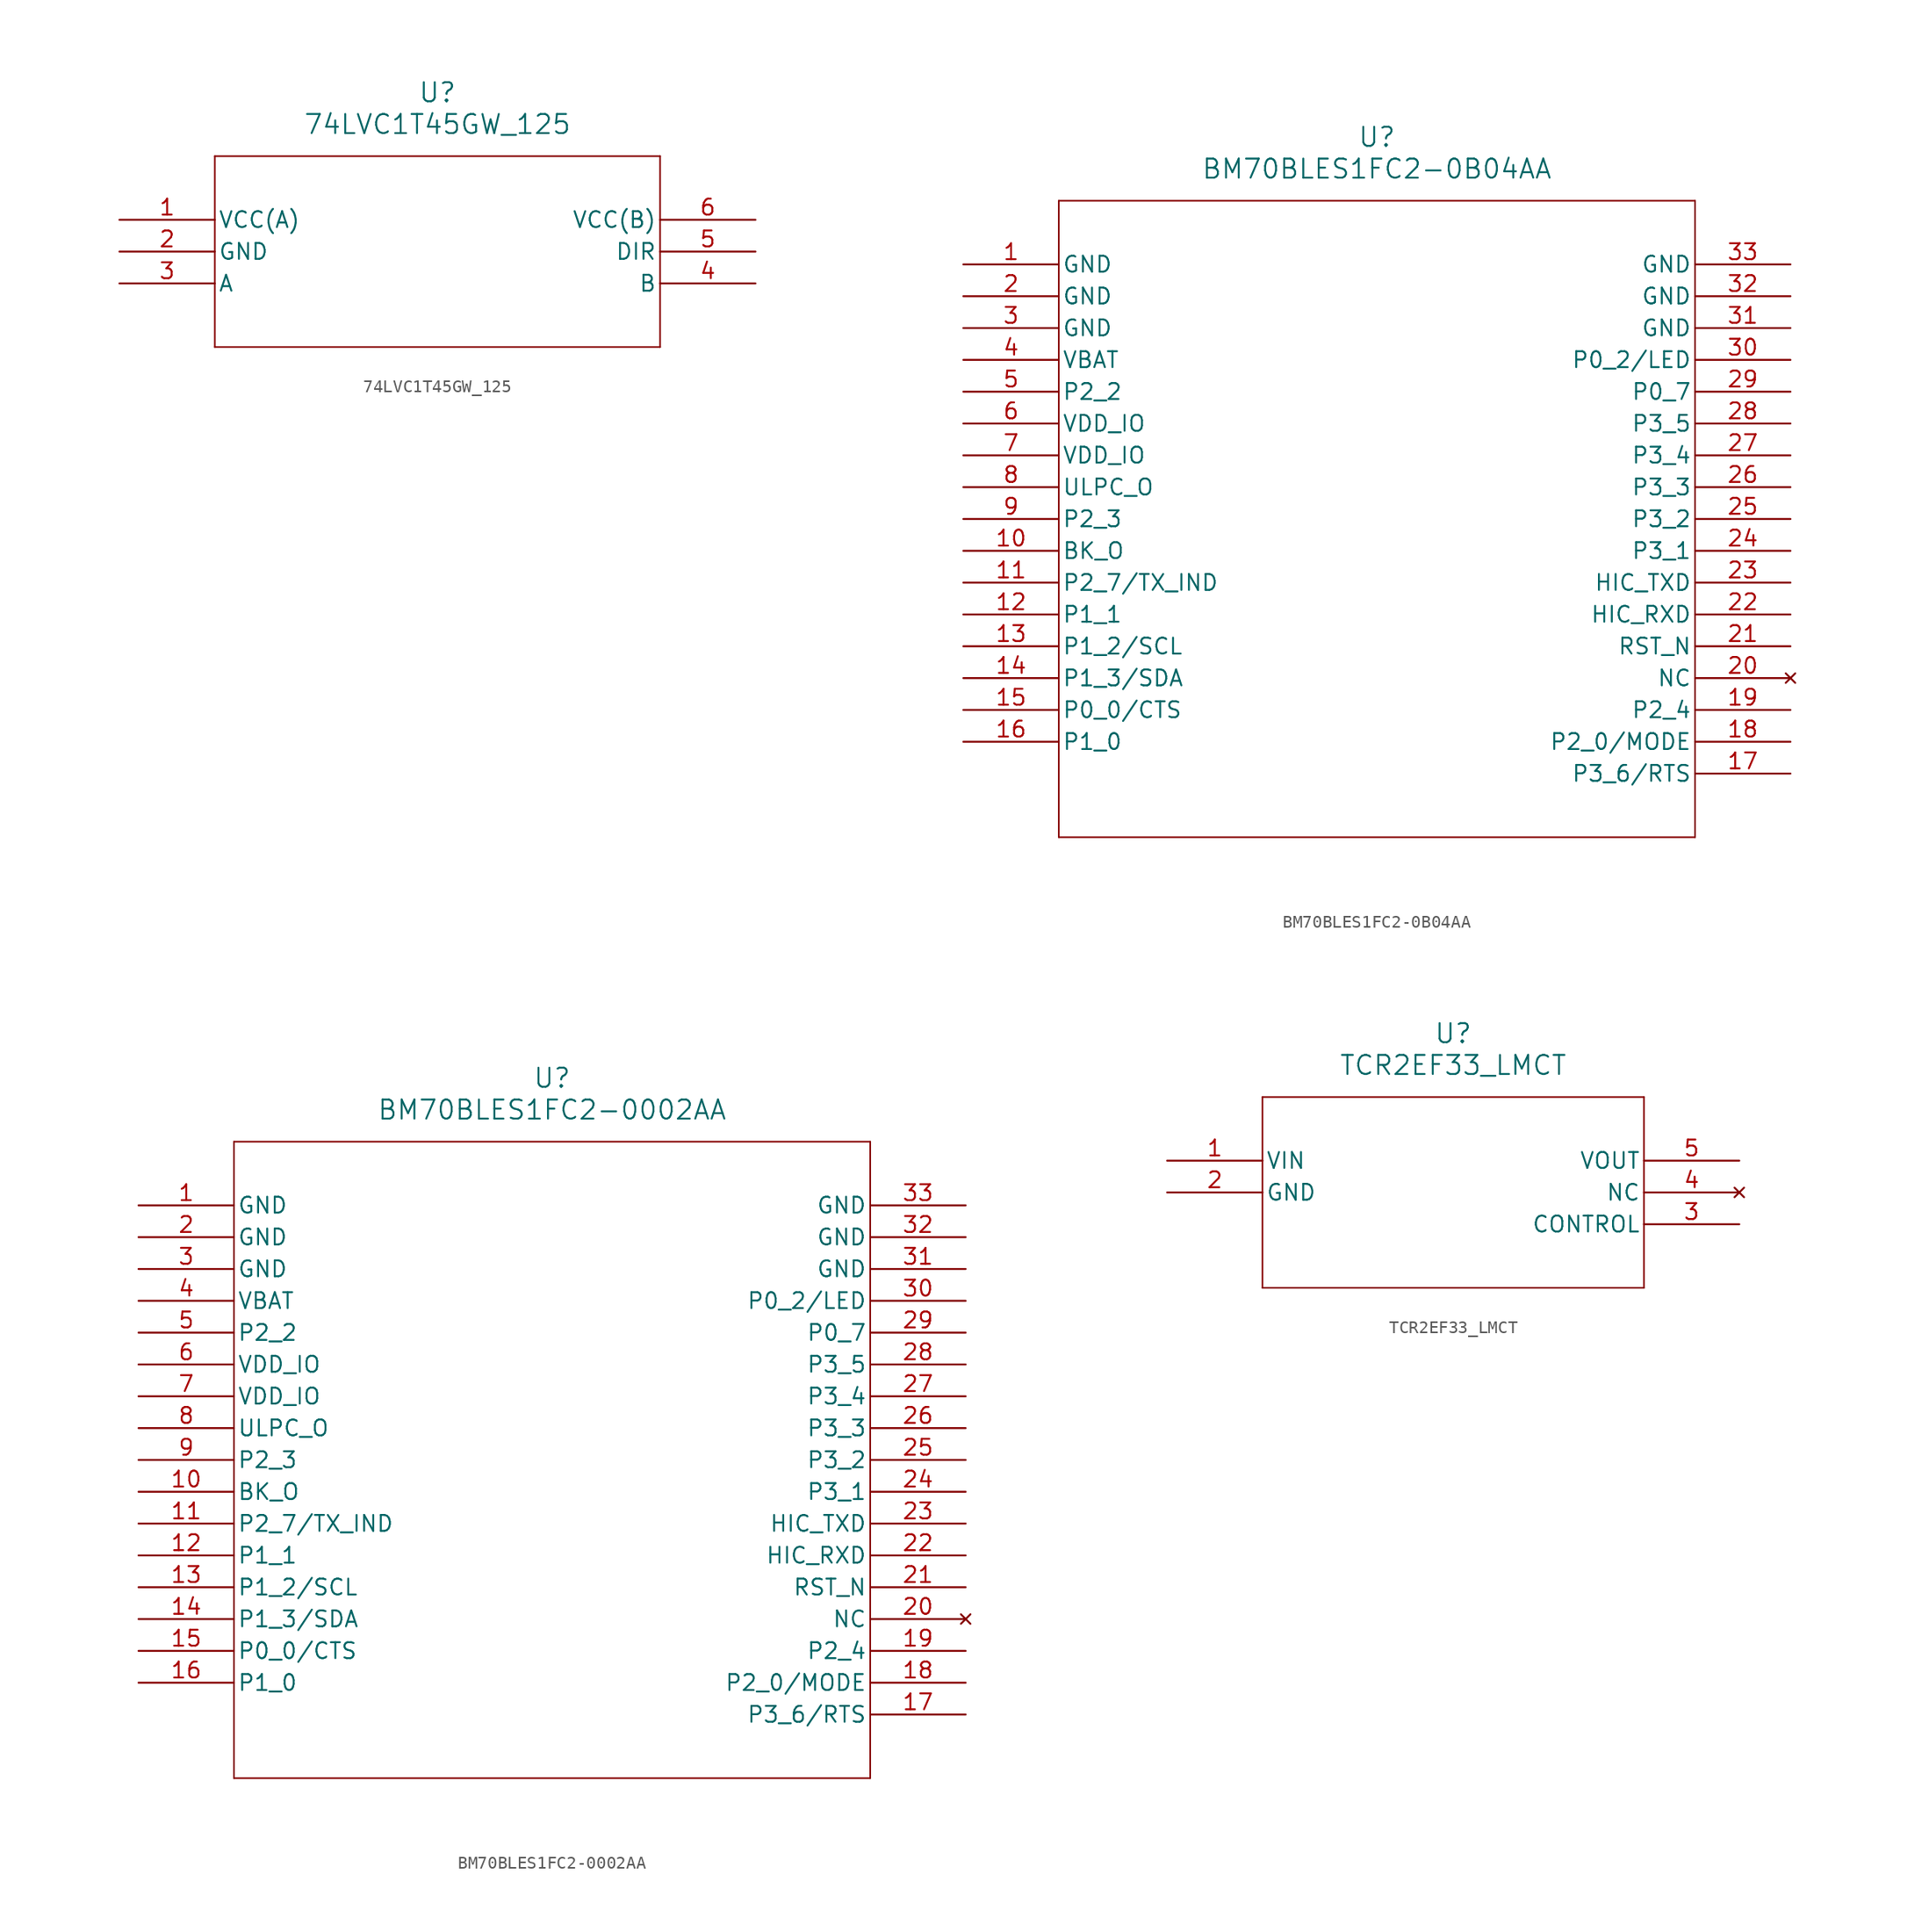
<source format=kicad_sym>
(kicad_symbol_lib
  (version 20220914)
  (generator kicad_symbol_editor)
  (symbol "74LVC1T45GW_125"
    (pin_names
      (offset 0.254))
    (property "Reference" "U"
      (at 25.4 10.16 0)
      (effects (font (size 1.524 1.524))))
    (property "Value" "74LVC1T45GW_125"
      (at 25.4 7.62 0)
      (effects (font (size 1.524 1.524))))
    (property "ki_locked" ""
      (at 0 0 0)
      (effects (font (size 1.27 1.27))))
    (symbol "74LVC1T45GW_125_0_1"
      (polyline (pts (xy 7.62 -10.16) (xy 43.18 -10.16)) (stroke (width 0.127) (type default)) (fill (type none)))
      (polyline (pts (xy 7.62 5.08) (xy 7.62 -10.16)) (stroke (width 0.127) (type default)) (fill (type none)))
      (polyline (pts (xy 43.18 -10.16) (xy 43.18 5.08)) (stroke (width 0.127) (type default)) (fill (type none)))
      (polyline (pts (xy 43.18 5.08) (xy 7.62 5.08)) (stroke (width 0.127) (type default)) (fill (type none)))
      (pin power_in line (at 0 0 0) (length 7.62) (name "VCC(A)" (effects (font (size 1.27 1.27)))) (number "1" (effects (font (size 1.27 1.27)))))
      (pin power_out line (at 0 -2.54 0) (length 7.62) (name "GND" (effects (font (size 1.27 1.27)))) (number "2" (effects (font (size 1.27 1.27)))))
      (pin bidirectional line (at 0 -5.08 0) (length 7.62) (name "A" (effects (font (size 1.27 1.27)))) (number "3" (effects (font (size 1.27 1.27)))))
      (pin bidirectional line (at 50.8 -5.08 180) (length 7.62) (name "B" (effects (font (size 1.27 1.27)))) (number "4" (effects (font (size 1.27 1.27)))))
      (pin input line (at 50.8 -2.54 180) (length 7.62) (name "DIR" (effects (font (size 1.27 1.27)))) (number "5" (effects (font (size 1.27 1.27)))))
      (pin power_in line (at 50.8 0 180) (length 7.62) (name "VCC(B)" (effects (font (size 1.27 1.27)))) (number "6" (effects (font (size 1.27 1.27)))))))
  (symbol "BM70BLES1FC2-0B04AA"
    (pin_names
      (offset 0.254))
    (property "Reference" "U"
      (at 33.02 10.16 0)
      (effects (font (size 1.524 1.524))))
    (property "Value" "BM70BLES1FC2-0B04AA"
      (at 33.02 7.62 0)
      (effects (font (size 1.524 1.524))))
    (property "ki_locked" ""
      (at 0 0 0)
      (effects (font (size 1.27 1.27))))
    (symbol "BM70BLES1FC2-0B04AA_0_1"
      (polyline (pts (xy 7.62 -45.72) (xy 58.42 -45.72)) (stroke (width 0.127) (type default)) (fill (type none)))
      (polyline (pts (xy 7.62 5.08) (xy 7.62 -45.72)) (stroke (width 0.127) (type default)) (fill (type none)))
      (polyline (pts (xy 58.42 -45.72) (xy 58.42 5.08)) (stroke (width 0.127) (type default)) (fill (type none)))
      (polyline (pts (xy 58.42 5.08) (xy 7.62 5.08)) (stroke (width 0.127) (type default)) (fill (type none)))
      (pin power_out line (at 0 0 0) (length 7.62) (name "GND" (effects (font (size 1.27 1.27)))) (number "1" (effects (font (size 1.27 1.27)))))
      (pin power_in line (at 0 -22.86 0) (length 7.62) (name "BK_O" (effects (font (size 1.27 1.27)))) (number "10" (effects (font (size 1.27 1.27)))))
      (pin bidirectional line (at 0 -25.4 0) (length 7.62) (name "P2_7/TX_IND" (effects (font (size 1.27 1.27)))) (number "11" (effects (font (size 1.27 1.27)))))
      (pin bidirectional line (at 0 -27.94 0) (length 7.62) (name "P1_1" (effects (font (size 1.27 1.27)))) (number "12" (effects (font (size 1.27 1.27)))))
      (pin bidirectional line (at 0 -30.48 0) (length 7.62) (name "P1_2/SCL" (effects (font (size 1.27 1.27)))) (number "13" (effects (font (size 1.27 1.27)))))
      (pin bidirectional line (at 0 -33.02 0) (length 7.62) (name "P1_3/SDA" (effects (font (size 1.27 1.27)))) (number "14" (effects (font (size 1.27 1.27)))))
      (pin bidirectional line (at 0 -35.56 0) (length 7.62) (name "P0_0/CTS" (effects (font (size 1.27 1.27)))) (number "15" (effects (font (size 1.27 1.27)))))
      (pin bidirectional line (at 0 -38.1 0) (length 7.62) (name "P1_0" (effects (font (size 1.27 1.27)))) (number "16" (effects (font (size 1.27 1.27)))))
      (pin bidirectional line (at 66.04 -40.64 180) (length 7.62) (name "P3_6/RTS" (effects (font (size 1.27 1.27)))) (number "17" (effects (font (size 1.27 1.27)))))
      (pin input line (at 66.04 -38.1 180) (length 7.62) (name "P2_0/MODE" (effects (font (size 1.27 1.27)))) (number "18" (effects (font (size 1.27 1.27)))))
      (pin bidirectional line (at 66.04 -35.56 180) (length 7.62) (name "P2_4" (effects (font (size 1.27 1.27)))) (number "19" (effects (font (size 1.27 1.27)))))
      (pin power_out line (at 0 -2.54 0) (length 7.62) (name "GND" (effects (font (size 1.27 1.27)))) (number "2" (effects (font (size 1.27 1.27)))))
      (pin no_connect line (at 66.04 -33.02 180) (length 7.62) (name "NC" (effects (font (size 1.27 1.27)))) (number "20" (effects (font (size 1.27 1.27)))))
      (pin input line (at 66.04 -30.48 180) (length 7.62) (name "RST_N" (effects (font (size 1.27 1.27)))) (number "21" (effects (font (size 1.27 1.27)))))
      (pin input line (at 66.04 -27.94 180) (length 7.62) (name "HIC_RXD" (effects (font (size 1.27 1.27)))) (number "22" (effects (font (size 1.27 1.27)))))
      (pin output line (at 66.04 -25.4 180) (length 7.62) (name "HIC_TXD" (effects (font (size 1.27 1.27)))) (number "23" (effects (font (size 1.27 1.27)))))
      (pin bidirectional line (at 66.04 -22.86 180) (length 7.62) (name "P3_1" (effects (font (size 1.27 1.27)))) (number "24" (effects (font (size 1.27 1.27)))))
      (pin bidirectional line (at 66.04 -20.32 180) (length 7.62) (name "P3_2" (effects (font (size 1.27 1.27)))) (number "25" (effects (font (size 1.27 1.27)))))
      (pin bidirectional line (at 66.04 -17.78 180) (length 7.62) (name "P3_3" (effects (font (size 1.27 1.27)))) (number "26" (effects (font (size 1.27 1.27)))))
      (pin bidirectional line (at 66.04 -15.24 180) (length 7.62) (name "P3_4" (effects (font (size 1.27 1.27)))) (number "27" (effects (font (size 1.27 1.27)))))
      (pin bidirectional line (at 66.04 -12.7 180) (length 7.62) (name "P3_5" (effects (font (size 1.27 1.27)))) (number "28" (effects (font (size 1.27 1.27)))))
      (pin bidirectional line (at 66.04 -10.16 180) (length 7.62) (name "P0_7" (effects (font (size 1.27 1.27)))) (number "29" (effects (font (size 1.27 1.27)))))
      (pin power_out line (at 0 -5.08 0) (length 7.62) (name "GND" (effects (font (size 1.27 1.27)))) (number "3" (effects (font (size 1.27 1.27)))))
      (pin bidirectional line (at 66.04 -7.62 180) (length 7.62) (name "P0_2/LED" (effects (font (size 1.27 1.27)))) (number "30" (effects (font (size 1.27 1.27)))))
      (pin power_out line (at 66.04 -5.08 180) (length 7.62) (name "GND" (effects (font (size 1.27 1.27)))) (number "31" (effects (font (size 1.27 1.27)))))
      (pin power_out line (at 66.04 -2.54 180) (length 7.62) (name "GND" (effects (font (size 1.27 1.27)))) (number "32" (effects (font (size 1.27 1.27)))))
      (pin power_out line (at 66.04 0 180) (length 7.62) (name "GND" (effects (font (size 1.27 1.27)))) (number "33" (effects (font (size 1.27 1.27)))))
      (pin power_in line (at 0 -7.62 0) (length 7.62) (name "VBAT" (effects (font (size 1.27 1.27)))) (number "4" (effects (font (size 1.27 1.27)))))
      (pin bidirectional line (at 0 -10.16 0) (length 7.62) (name "P2_2" (effects (font (size 1.27 1.27)))) (number "5" (effects (font (size 1.27 1.27)))))
      (pin power_in line (at 0 -12.7 0) (length 7.62) (name "VDD_IO" (effects (font (size 1.27 1.27)))) (number "6" (effects (font (size 1.27 1.27)))))
      (pin power_in line (at 0 -15.24 0) (length 7.62) (name "VDD_IO" (effects (font (size 1.27 1.27)))) (number "7" (effects (font (size 1.27 1.27)))))
      (pin power_in line (at 0 -17.78 0) (length 7.62) (name "ULPC_O" (effects (font (size 1.27 1.27)))) (number "8" (effects (font (size 1.27 1.27)))))
      (pin input line (at 0 -20.32 0) (length 7.62) (name "P2_3" (effects (font (size 1.27 1.27)))) (number "9" (effects (font (size 1.27 1.27)))))))
  (symbol "BM70BLES1FC2-0002AA"
    (pin_names
      (offset 0.254))
    (property "Reference" "U"
      (at 33.02 10.16 0)
      (effects (font (size 1.524 1.524))))
    (property "Value" "BM70BLES1FC2-0002AA"
      (at 33.02 7.62 0)
      (effects (font (size 1.524 1.524))))
    (property "ki_locked" ""
      (at 0 0 0)
      (effects (font (size 1.27 1.27))))
    (symbol "BM70BLES1FC2-0002AA_0_1"
      (polyline (pts (xy 7.62 -45.72) (xy 58.42 -45.72)) (stroke (width 0.127) (type default)) (fill (type none)))
      (polyline (pts (xy 7.62 5.08) (xy 7.62 -45.72)) (stroke (width 0.127) (type default)) (fill (type none)))
      (polyline (pts (xy 58.42 -45.72) (xy 58.42 5.08)) (stroke (width 0.127) (type default)) (fill (type none)))
      (polyline (pts (xy 58.42 5.08) (xy 7.62 5.08)) (stroke (width 0.127) (type default)) (fill (type none)))
      (pin power_out line (at 0 0 0) (length 7.62) (name "GND" (effects (font (size 1.27 1.27)))) (number "1" (effects (font (size 1.27 1.27)))))
      (pin power_in line (at 0 -22.86 0) (length 7.62) (name "BK_O" (effects (font (size 1.27 1.27)))) (number "10" (effects (font (size 1.27 1.27)))))
      (pin bidirectional line (at 0 -25.4 0) (length 7.62) (name "P2_7/TX_IND" (effects (font (size 1.27 1.27)))) (number "11" (effects (font (size 1.27 1.27)))))
      (pin bidirectional line (at 0 -27.94 0) (length 7.62) (name "P1_1" (effects (font (size 1.27 1.27)))) (number "12" (effects (font (size 1.27 1.27)))))
      (pin bidirectional line (at 0 -30.48 0) (length 7.62) (name "P1_2/SCL" (effects (font (size 1.27 1.27)))) (number "13" (effects (font (size 1.27 1.27)))))
      (pin bidirectional line (at 0 -33.02 0) (length 7.62) (name "P1_3/SDA" (effects (font (size 1.27 1.27)))) (number "14" (effects (font (size 1.27 1.27)))))
      (pin bidirectional line (at 0 -35.56 0) (length 7.62) (name "P0_0/CTS" (effects (font (size 1.27 1.27)))) (number "15" (effects (font (size 1.27 1.27)))))
      (pin bidirectional line (at 0 -38.1 0) (length 7.62) (name "P1_0" (effects (font (size 1.27 1.27)))) (number "16" (effects (font (size 1.27 1.27)))))
      (pin bidirectional line (at 66.04 -40.64 180) (length 7.62) (name "P3_6/RTS" (effects (font (size 1.27 1.27)))) (number "17" (effects (font (size 1.27 1.27)))))
      (pin input line (at 66.04 -38.1 180) (length 7.62) (name "P2_0/MODE" (effects (font (size 1.27 1.27)))) (number "18" (effects (font (size 1.27 1.27)))))
      (pin bidirectional line (at 66.04 -35.56 180) (length 7.62) (name "P2_4" (effects (font (size 1.27 1.27)))) (number "19" (effects (font (size 1.27 1.27)))))
      (pin power_out line (at 0 -2.54 0) (length 7.62) (name "GND" (effects (font (size 1.27 1.27)))) (number "2" (effects (font (size 1.27 1.27)))))
      (pin no_connect line (at 66.04 -33.02 180) (length 7.62) (name "NC" (effects (font (size 1.27 1.27)))) (number "20" (effects (font (size 1.27 1.27)))))
      (pin input line (at 66.04 -30.48 180) (length 7.62) (name "RST_N" (effects (font (size 1.27 1.27)))) (number "21" (effects (font (size 1.27 1.27)))))
      (pin input line (at 66.04 -27.94 180) (length 7.62) (name "HIC_RXD" (effects (font (size 1.27 1.27)))) (number "22" (effects (font (size 1.27 1.27)))))
      (pin output line (at 66.04 -25.4 180) (length 7.62) (name "HIC_TXD" (effects (font (size 1.27 1.27)))) (number "23" (effects (font (size 1.27 1.27)))))
      (pin bidirectional line (at 66.04 -22.86 180) (length 7.62) (name "P3_1" (effects (font (size 1.27 1.27)))) (number "24" (effects (font (size 1.27 1.27)))))
      (pin bidirectional line (at 66.04 -20.32 180) (length 7.62) (name "P3_2" (effects (font (size 1.27 1.27)))) (number "25" (effects (font (size 1.27 1.27)))))
      (pin bidirectional line (at 66.04 -17.78 180) (length 7.62) (name "P3_3" (effects (font (size 1.27 1.27)))) (number "26" (effects (font (size 1.27 1.27)))))
      (pin bidirectional line (at 66.04 -15.24 180) (length 7.62) (name "P3_4" (effects (font (size 1.27 1.27)))) (number "27" (effects (font (size 1.27 1.27)))))
      (pin bidirectional line (at 66.04 -12.7 180) (length 7.62) (name "P3_5" (effects (font (size 1.27 1.27)))) (number "28" (effects (font (size 1.27 1.27)))))
      (pin bidirectional line (at 66.04 -10.16 180) (length 7.62) (name "P0_7" (effects (font (size 1.27 1.27)))) (number "29" (effects (font (size 1.27 1.27)))))
      (pin power_out line (at 0 -5.08 0) (length 7.62) (name "GND" (effects (font (size 1.27 1.27)))) (number "3" (effects (font (size 1.27 1.27)))))
      (pin bidirectional line (at 66.04 -7.62 180) (length 7.62) (name "P0_2/LED" (effects (font (size 1.27 1.27)))) (number "30" (effects (font (size 1.27 1.27)))))
      (pin power_out line (at 66.04 -5.08 180) (length 7.62) (name "GND" (effects (font (size 1.27 1.27)))) (number "31" (effects (font (size 1.27 1.27)))))
      (pin power_out line (at 66.04 -2.54 180) (length 7.62) (name "GND" (effects (font (size 1.27 1.27)))) (number "32" (effects (font (size 1.27 1.27)))))
      (pin power_out line (at 66.04 0 180) (length 7.62) (name "GND" (effects (font (size 1.27 1.27)))) (number "33" (effects (font (size 1.27 1.27)))))
      (pin power_in line (at 0 -7.62 0) (length 7.62) (name "VBAT" (effects (font (size 1.27 1.27)))) (number "4" (effects (font (size 1.27 1.27)))))
      (pin bidirectional line (at 0 -10.16 0) (length 7.62) (name "P2_2" (effects (font (size 1.27 1.27)))) (number "5" (effects (font (size 1.27 1.27)))))
      (pin power_in line (at 0 -12.7 0) (length 7.62) (name "VDD_IO" (effects (font (size 1.27 1.27)))) (number "6" (effects (font (size 1.27 1.27)))))
      (pin power_in line (at 0 -15.24 0) (length 7.62) (name "VDD_IO" (effects (font (size 1.27 1.27)))) (number "7" (effects (font (size 1.27 1.27)))))
      (pin power_in line (at 0 -17.78 0) (length 7.62) (name "ULPC_O" (effects (font (size 1.27 1.27)))) (number "8" (effects (font (size 1.27 1.27)))))
      (pin input line (at 0 -20.32 0) (length 7.62) (name "P2_3" (effects (font (size 1.27 1.27)))) (number "9" (effects (font (size 1.27 1.27)))))))
  (symbol "TCR2EF33_LMCT"
    (pin_names
      (offset 0.254))
    (property "Reference" "U"
      (at 22.86 10.16 0)
      (effects (font (size 1.524 1.524))))
    (property "Value" "TCR2EF33_LMCT"
      (at 22.86 7.62 0)
      (effects (font (size 1.524 1.524))))
    (property "ki_locked" ""
      (at 0 0 0)
      (effects (font (size 1.27 1.27))))
    (symbol "TCR2EF33_LMCT_0_1"
      (polyline (pts (xy 7.62 -10.16) (xy 38.1 -10.16)) (stroke (width 0.127) (type default)) (fill (type none)))
      (polyline (pts (xy 7.62 5.08) (xy 7.62 -10.16)) (stroke (width 0.127) (type default)) (fill (type none)))
      (polyline (pts (xy 38.1 -10.16) (xy 38.1 5.08)) (stroke (width 0.127) (type default)) (fill (type none)))
      (polyline (pts (xy 38.1 5.08) (xy 7.62 5.08)) (stroke (width 0.127) (type default)) (fill (type none)))
      (pin power_in line (at 0 0 0) (length 7.62) (name "VIN" (effects (font (size 1.27 1.27)))) (number "1" (effects (font (size 1.27 1.27)))))
      (pin power_out line (at 0 -2.54 0) (length 7.62) (name "GND" (effects (font (size 1.27 1.27)))) (number "2" (effects (font (size 1.27 1.27)))))
      (pin unspecified line (at 45.72 -5.08 180) (length 7.62) (name "CONTROL" (effects (font (size 1.27 1.27)))) (number "3" (effects (font (size 1.27 1.27)))))
      (pin no_connect line (at 45.72 -2.54 180) (length 7.62) (name "NC" (effects (font (size 1.27 1.27)))) (number "4" (effects (font (size 1.27 1.27)))))
      (pin power_in line (at 45.72 0 180) (length 7.62) (name "VOUT" (effects (font (size 1.27 1.27)))) (number "5" (effects (font (size 1.27 1.27))))))))
</source>
